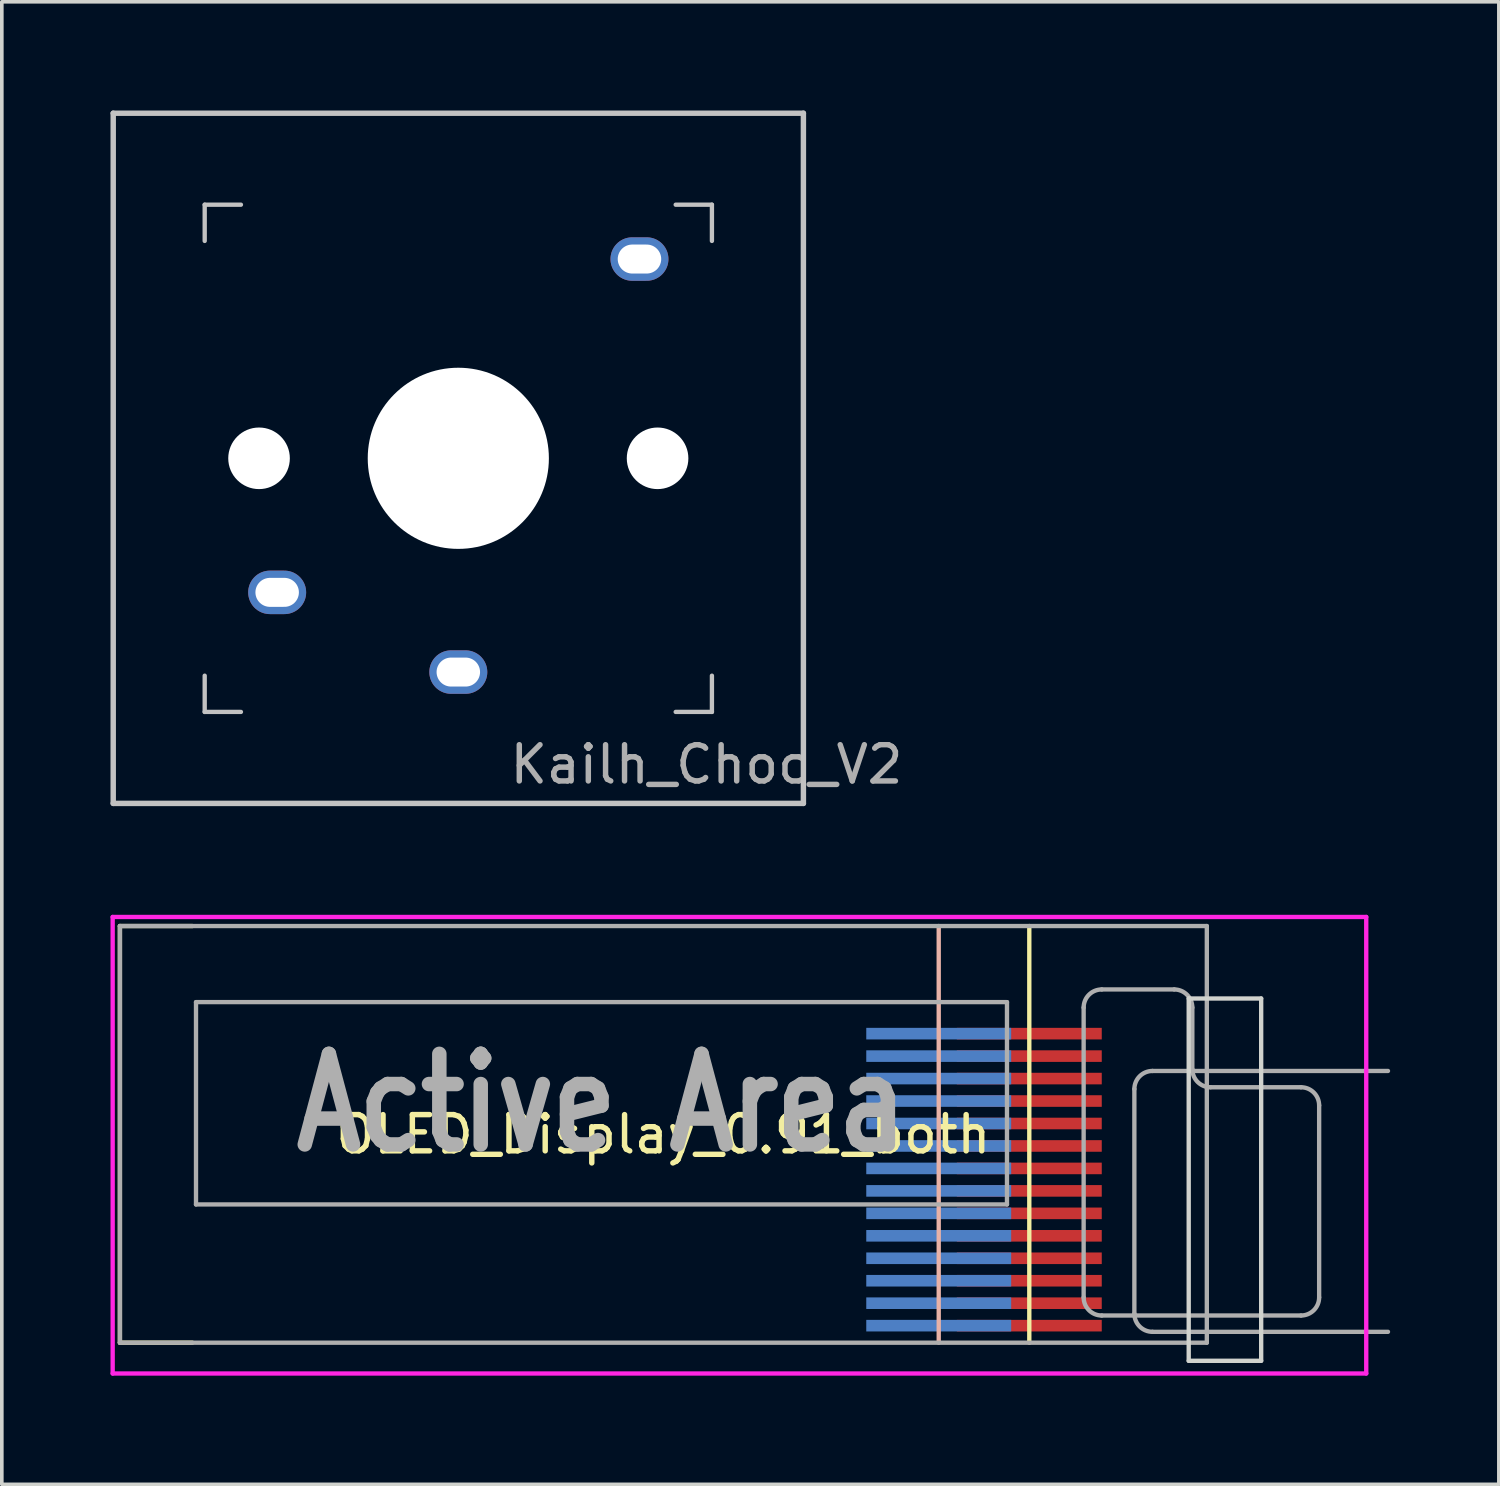
<source format=kicad_pcb>
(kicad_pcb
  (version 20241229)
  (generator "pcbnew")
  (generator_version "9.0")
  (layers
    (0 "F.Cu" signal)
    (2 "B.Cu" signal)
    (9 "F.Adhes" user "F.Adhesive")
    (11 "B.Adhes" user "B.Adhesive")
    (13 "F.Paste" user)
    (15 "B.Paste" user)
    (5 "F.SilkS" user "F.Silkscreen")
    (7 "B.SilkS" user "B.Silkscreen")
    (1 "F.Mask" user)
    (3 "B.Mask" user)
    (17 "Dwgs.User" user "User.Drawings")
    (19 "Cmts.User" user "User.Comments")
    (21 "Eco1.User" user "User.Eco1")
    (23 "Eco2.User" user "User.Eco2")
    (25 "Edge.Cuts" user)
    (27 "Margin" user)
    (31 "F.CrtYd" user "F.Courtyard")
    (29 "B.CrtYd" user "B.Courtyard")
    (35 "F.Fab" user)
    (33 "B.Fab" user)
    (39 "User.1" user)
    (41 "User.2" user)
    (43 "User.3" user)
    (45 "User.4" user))
  (footprint "Kailh_Choc_V2"
    (layer "F.Cu")
    (at 9.6 9.6)
    (property "Reference" "Kailh_Choc_V2" (at 6.85 8.45 0) (layer "F.Fab") (effects (font (size 1 1) (thickness 0.15))))
    (attr smd)
    (fp_line (start -9.525 -9.525) (end 9.525 -9.525) (stroke (width 0.15) (type solid)) (layer "Dwgs.User"))
    (fp_line (start -9.525 9.525) (end -9.525 -9.525) (stroke (width 0.15) (type solid)) (layer "Dwgs.User"))
    (fp_line (start -7 -7) (end -7 -6) (stroke (width 0.12) (type solid)) (layer "Dwgs.User"))
    (fp_line (start -7 -7) (end -6 -7) (stroke (width 0.12) (type solid)) (layer "Dwgs.User"))
    (fp_line (start -7 7) (end -7 6) (stroke (width 0.12) (type solid)) (layer "Dwgs.User"))
    (fp_line (start -7 7) (end -6 7) (stroke (width 0.12) (type solid)) (layer "Dwgs.User"))
    (fp_line (start 7 -7) (end 6 -7) (stroke (width 0.12) (type solid)) (layer "Dwgs.User"))
    (fp_line (start 7 -7) (end 7 -6) (stroke (width 0.12) (type solid)) (layer "Dwgs.User"))
    (fp_line (start 7 7) (end 6 7) (stroke (width 0.12) (type solid)) (layer "Dwgs.User"))
    (fp_line (start 7 7) (end 7 6) (stroke (width 0.12) (type solid)) (layer "Dwgs.User"))
    (fp_line (start 9.525 -9.525) (end 9.525 9.525) (stroke (width 0.15) (type solid)) (layer "Dwgs.User"))
    (fp_line (start 9.525 9.525) (end -9.525 9.525) (stroke (width 0.15) (type solid)) (layer "Dwgs.User"))
    (pad "" np_thru_hole circle (at -5.5 0) (size 1.7 1.7) (drill 1.7) (layers "*.Cu" "*.Mask"))
    (pad "" np_thru_hole circle (at 0 0) (size 5 5) (drill 5) (layers "*.Cu" "*.Mask"))
    (pad "" np_thru_hole circle (at 5.5 0) (size 1.7 1.7) (drill 1.7) (layers "*.Cu" "*.Mask"))
    (pad "1" thru_hole oval (at -5 3.7) (size 1.6 1.2) (drill oval 1.2 0.8) (layers "*.Cu" "*.Mask"))
    (pad "2" thru_hole oval (at 0 5.9) (size 1.6 1.2) (drill oval 1.2 0.8) (layers "*.Cu" "*.Mask"))
    (pad "MP" thru_hole oval (at 5 -5.5) (size 1.6 1.2) (drill oval 1.2 0.8) (layers "*.Cu" "*.Mask")))
  (footprint "OLED_Display_0.91_both"
    (layer "F.Cu")
    (at 15.26 28.26)
    (property "Reference" "OLED_Display_0.91_both" (at 0 0 0) (layer "F.SilkS") (effects (font (size 1 1) (thickness 0.15))))
    (attr smd)
    (fp_line (start -15 -5.75) (end -15 5.75) (stroke (width 0.12) (type solid)) (layer "F.SilkS"))
    (fp_line (start -15 5.75) (end -13 5.75) (stroke (width 0.12) (type solid)) (layer "F.SilkS"))
    (fp_line (start -13 -5.75) (end -15 -5.75) (stroke (width 0.12) (type solid)) (layer "F.SilkS"))
    (fp_line (start 10.1 -5.75) (end 10.1 5.75) (stroke (width 0.12) (type solid)) (layer "F.SilkS"))
    (fp_line (start 7.6 -5.75) (end 7.6 5.75) (stroke (width 0.12) (type solid)) (layer "B.SilkS"))
    (fp_line (start -14.5 -5.4) (end 11.4 -5.4) (stroke (width 0.12) (type solid)) (layer "Eco1.User"))
    (fp_line (start -14.5 4.6) (end -14.5 -5.4) (stroke (width 0.12) (type solid)) (layer "Eco1.User"))
    (fp_line (start 11.4 -5.4) (end 11.4 4.6) (stroke (width 0.12) (type solid)) (layer "Eco1.User"))
    (fp_line (start 11.4 4.6) (end -14.5 4.6) (stroke (width 0.12) (type solid)) (layer "Eco1.User"))
    (fp_line (start 14.5 -3.75) (end 16.5 -3.75) (stroke (width 0.12) (type solid)) (layer "Edge.Cuts"))
    (fp_line (start 14.5 6.25) (end 14.5 -3.75) (stroke (width 0.12) (type solid)) (layer "Edge.Cuts"))
    (fp_line (start 16.5 -3.75) (end 16.5 6.25) (stroke (width 0.12) (type solid)) (layer "Edge.Cuts"))
    (fp_line (start 16.5 6.25) (end 14.5 6.25) (stroke (width 0.12) (type solid)) (layer "Edge.Cuts"))
    (fp_line (start -15.2 -6) (end 19.4 -6) (stroke (width 0.12) (type solid)) (layer "F.CrtYd"))
    (fp_line (start -15.2 6.6) (end -15.2 -6) (stroke (width 0.12) (type solid)) (layer "F.CrtYd"))
    (fp_line (start 19.4 -6) (end 19.4 6.6) (stroke (width 0.12) (type solid)) (layer "F.CrtYd"))
    (fp_line (start 19.4 6.6) (end -15.2 6.6) (stroke (width 0.12) (type solid)) (layer "F.CrtYd"))
    (fp_line (start -15 -5.75) (end 15 -5.75) (stroke (width 0.12) (type solid)) (layer "F.Fab"))
    (fp_line (start -15 5.75) (end -15 -5.75) (stroke (width 0.12) (type solid)) (layer "F.Fab"))
    (fp_line (start -12.9 -3.65) (end 9.484 -3.65) (stroke (width 0.12) (type solid)) (layer "F.Fab"))
    (fp_line (start -12.9 1.934) (end -12.9 -3.65) (stroke (width 0.12) (type solid)) (layer "F.Fab"))
    (fp_line (start 9.484 -3.65) (end 9.484 1.934) (stroke (width 0.12) (type solid)) (layer "F.Fab"))
    (fp_line (start 9.484 1.934) (end -12.9 1.934) (stroke (width 0.12) (type solid)) (layer "F.Fab"))
    (fp_line (start 11.6 4.5) (end 11.6 -3.5) (stroke (width 0.12) (type solid)) (layer "F.Fab"))
    (fp_line (start 12.1 -4) (end 14.1 -4) (stroke (width 0.12) (type solid)) (layer "F.Fab"))
    (fp_line (start 13 -1.25) (end 13 4.95) (stroke (width 0.12) (type solid)) (layer "F.Fab"))
    (fp_line (start 13.5 5.45) (end 20 5.45) (stroke (width 0.12) (type solid)) (layer "F.Fab"))
    (fp_line (start 14.6 -3.5) (end 14.6 -1.8) (stroke (width 0.12) (type solid)) (layer "F.Fab"))
    (fp_line (start 15 -5.75) (end 15 5.75) (stroke (width 0.12) (type solid)) (layer "F.Fab"))
    (fp_line (start 15 5.75) (end -15 5.75) (stroke (width 0.12) (type solid)) (layer "F.Fab"))
    (fp_line (start 15.1 -1.3) (end 17.6 -1.3) (stroke (width 0.12) (type solid)) (layer "F.Fab"))
    (fp_line (start 17.6 5) (end 12.1 5) (stroke (width 0.12) (type solid)) (layer "F.Fab"))
    (fp_line (start 18.1 -0.8) (end 18.1 4.5) (stroke (width 0.12) (type solid)) (layer "F.Fab"))
    (fp_line (start 20 -1.75) (end 13.5 -1.75) (stroke (width 0.12) (type solid)) (layer "F.Fab"))
    (fp_arc (start 11.6 -3.5) (mid 11.746447 -3.853553) (end 12.1 -4) (stroke (width 0.12) (type solid)) (layer "F.Fab"))
    (fp_arc (start 12.1 5) (mid 11.746447 4.853553) (end 11.6 4.5) (stroke (width 0.12) (type solid)) (layer "F.Fab"))
    (fp_arc (start 13 -1.25) (mid 13.146447 -1.603553) (end 13.5 -1.75) (stroke (width 0.12) (type solid)) (layer "F.Fab"))
    (fp_arc (start 13.5 5.45) (mid 13.146447 5.303553) (end 13 4.95) (stroke (width 0.12) (type solid)) (layer "F.Fab"))
    (fp_arc (start 14.1 -4) (mid 14.453553 -3.853553) (end 14.6 -3.5) (stroke (width 0.12) (type solid)) (layer "F.Fab"))
    (fp_arc (start 15.1 -1.3) (mid 14.746447 -1.446447) (end 14.6 -1.8) (stroke (width 0.12) (type solid)) (layer "F.Fab"))
    (fp_arc (start 17.6 -1.3) (mid 17.953553 -1.153553) (end 18.1 -0.8) (stroke (width 0.12) (type solid)) (layer "F.Fab"))
    (fp_arc (start 18.1 4.5) (mid 17.953553 4.853553) (end 17.6 5) (stroke (width 0.12) (type solid)) (layer "F.Fab"))
    (fp_text user "Active Area" (at -1.708 -0.858 0) (layer "F.Fab") (effects (font (size 2.5 2) (thickness 0.4))))
    (pad "1" smd rect (at 7.6 5.28) (size 4 0.32) (layers "B.Cu" "B.Mask" "B.Paste"))
    (pad "1" smd rect (at 10.1 5.28) (size 4 0.32) (layers "F.Cu" "F.Mask" "F.Paste"))
    (pad "2" smd rect (at 7.6 4.66) (size 4 0.32) (layers "B.Cu" "B.Mask" "B.Paste"))
    (pad "2" smd rect (at 10.1 4.66) (size 4 0.32) (layers "F.Cu" "F.Mask" "F.Paste"))
    (pad "3" smd rect (at 7.6 4.04) (size 4 0.32) (layers "B.Cu" "B.Mask" "B.Paste"))
    (pad "3" smd rect (at 10.1 4.04) (size 4 0.32) (layers "F.Cu" "F.Mask" "F.Paste"))
    (pad "4" smd rect (at 7.6 3.42) (size 4 0.32) (layers "B.Cu" "B.Mask" "B.Paste"))
    (pad "4" smd rect (at 10.1 3.42) (size 4 0.32) (layers "F.Cu" "F.Mask" "F.Paste"))
    (pad "5" smd rect (at 7.6 2.8) (size 4 0.32) (layers "B.Cu" "B.Mask" "B.Paste"))
    (pad "5" smd rect (at 10.1 2.8) (size 4 0.32) (layers "F.Cu" "F.Mask" "F.Paste"))
    (pad "6" smd rect (at 7.6 2.18) (size 4 0.32) (layers "B.Cu" "B.Mask" "B.Paste"))
    (pad "6" smd rect (at 10.1 2.18) (size 4 0.32) (layers "F.Cu" "F.Mask" "F.Paste"))
    (pad "7" smd rect (at 7.6 1.56) (size 4 0.32) (layers "B.Cu" "B.Mask" "B.Paste"))
    (pad "7" smd rect (at 10.1 1.56) (size 4 0.32) (layers "F.Cu" "F.Mask" "F.Paste"))
    (pad "8" smd rect (at 7.6 0.94) (size 4 0.32) (layers "B.Cu" "B.Mask" "B.Paste"))
    (pad "8" smd rect (at 10.1 0.94) (size 4 0.32) (layers "F.Cu" "F.Mask" "F.Paste"))
    (pad "9" smd rect (at 7.6 0.32) (size 4 0.32) (layers "B.Cu" "B.Mask" "B.Paste"))
    (pad "9" smd rect (at 10.1 0.32) (size 4 0.32) (layers "F.Cu" "F.Mask" "F.Paste"))
    (pad "10" smd rect (at 7.6 -0.3) (size 4 0.32) (layers "B.Cu" "B.Mask" "B.Paste"))
    (pad "10" smd rect (at 10.1 -0.3) (size 4 0.32) (layers "F.Cu" "F.Mask" "F.Paste"))
    (pad "11" smd rect (at 7.6 -0.92) (size 4 0.32) (layers "B.Cu" "B.Mask" "B.Paste"))
    (pad "11" smd rect (at 10.1 -0.92) (size 4 0.32) (layers "F.Cu" "F.Mask" "F.Paste"))
    (pad "12" smd rect (at 7.6 -1.54) (size 4 0.32) (layers "B.Cu" "B.Mask" "B.Paste"))
    (pad "12" smd rect (at 10.1 -1.54) (size 4 0.32) (layers "F.Cu" "F.Mask" "F.Paste"))
    (pad "13" smd rect (at 7.6 -2.16) (size 4 0.32) (layers "B.Cu" "B.Mask" "B.Paste"))
    (pad "13" smd rect (at 10.1 -2.16) (size 4 0.32) (layers "F.Cu" "F.Mask" "F.Paste"))
    (pad "14" smd rect (at 7.6 -2.78) (size 4 0.32) (layers "B.Cu" "B.Mask" "B.Paste"))
    (pad "14" smd rect (at 10.1 -2.78) (size 4 0.32) (layers "F.Cu" "F.Mask" "F.Paste")))
  (gr_rect
    (start -3 -3)
    (end 38.32 37.92)
    (stroke (width 0.1) (type default))
    (fill no)
    (layer "Edge.Cuts")))
</source>
